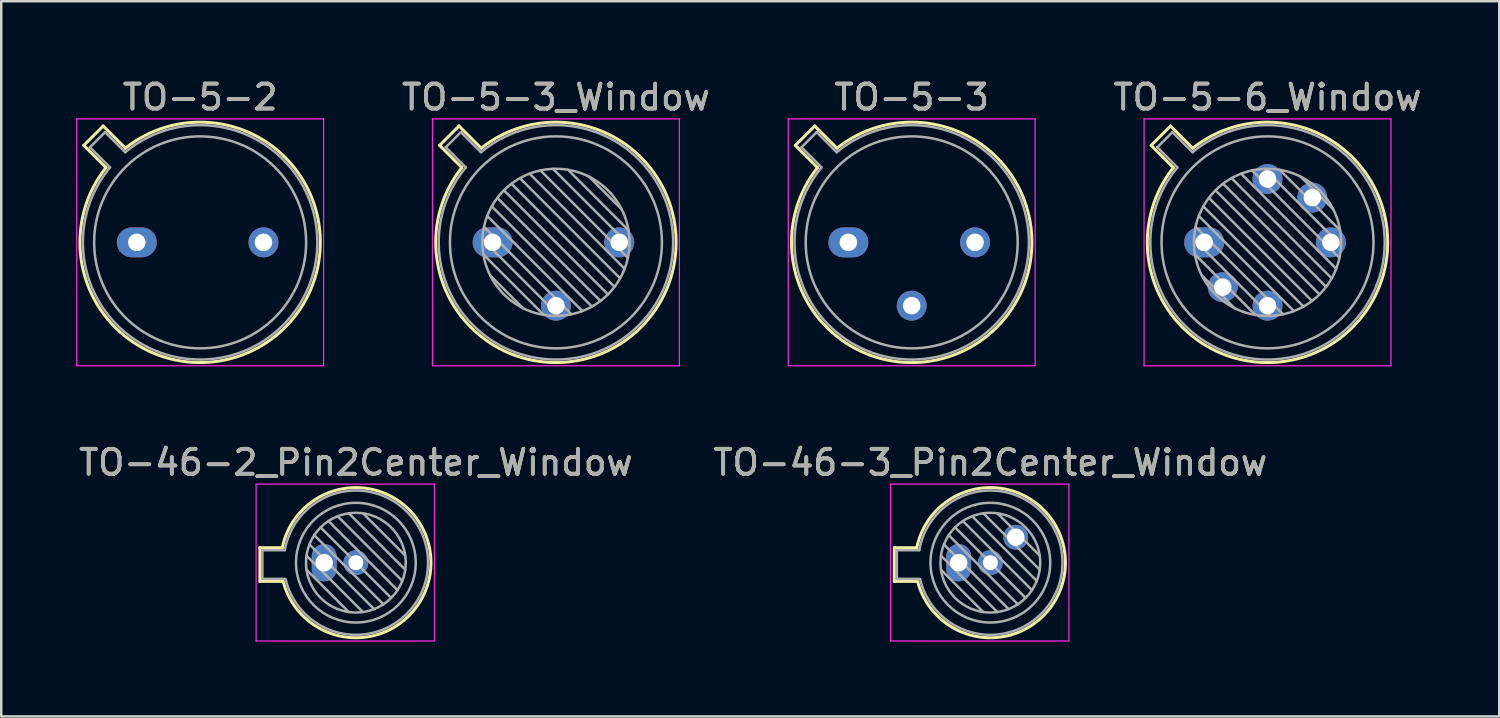
<source format=kicad_pcb>
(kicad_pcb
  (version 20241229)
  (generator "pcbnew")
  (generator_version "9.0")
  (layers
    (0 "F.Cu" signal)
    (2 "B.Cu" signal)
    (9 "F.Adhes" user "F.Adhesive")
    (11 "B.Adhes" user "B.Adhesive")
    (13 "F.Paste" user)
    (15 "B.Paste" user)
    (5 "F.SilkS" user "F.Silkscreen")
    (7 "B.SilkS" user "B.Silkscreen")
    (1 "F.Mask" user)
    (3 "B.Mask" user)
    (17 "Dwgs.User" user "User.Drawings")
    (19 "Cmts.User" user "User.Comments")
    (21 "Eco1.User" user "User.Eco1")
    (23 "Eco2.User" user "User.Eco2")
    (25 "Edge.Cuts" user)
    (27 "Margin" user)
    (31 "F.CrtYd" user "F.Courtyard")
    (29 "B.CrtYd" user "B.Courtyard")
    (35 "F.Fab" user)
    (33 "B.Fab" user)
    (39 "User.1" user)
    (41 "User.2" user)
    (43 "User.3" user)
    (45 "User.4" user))
  (footprint "TO-5-6_Window"
    (layer "F.Cu")
    (at 45.235 6.668)
    (property "Reference" "TO-5-6_Window" (at 2.54 -5.82 0) (layer "F.SilkS") (effects (font (size 1 1) (thickness 0.15))))
    (attr through_hole)
    (fp_line (start -2.126 -3.888) (end -1.235 -2.997) (stroke (width 0.12) (type solid)) (layer "F.SilkS"))
    (fp_line (start -1.348 -4.666) (end -2.126 -3.888) (stroke (width 0.12) (type solid)) (layer "F.SilkS"))
    (fp_line (start -0.457 -3.775) (end -1.348 -4.666) (stroke (width 0.12) (type solid)) (layer "F.SilkS"))
    (fp_arc (start -0.457084 -3.774902) (mid 5.948125 3.408384) (end -1.234674 -2.997371) (stroke (width 0.12) (type solid)) (layer "F.SilkS"))
    (fp_line (start -2.41 -4.95) (end -2.41 4.95) (stroke (width 0.05) (type solid)) (layer "F.CrtYd"))
    (fp_line (start -2.41 4.95) (end 7.49 4.95) (stroke (width 0.05) (type solid)) (layer "F.CrtYd"))
    (fp_line (start 7.49 -4.95) (end -2.41 -4.95) (stroke (width 0.05) (type solid)) (layer "F.CrtYd"))
    (fp_line (start 7.49 4.95) (end 7.49 -4.95) (stroke (width 0.05) (type solid)) (layer "F.CrtYd"))
    (fp_line (start -1.88 -3.812) (end -1.074 -3.005) (stroke (width 0.1) (type solid)) (layer "F.Fab"))
    (fp_line (start -1.272 -4.42) (end -1.88 -3.812) (stroke (width 0.1) (type solid)) (layer "F.Fab"))
    (fp_line (start -0.465 -3.614) (end -1.272 -4.42) (stroke (width 0.1) (type solid)) (layer "F.Fab"))
    (fp_line (start -0.408 -0.12) (end 2.66 2.948) (stroke (width 0.1) (type solid)) (layer "F.Fab"))
    (fp_line (start -0.371 0.485) (end 2.055 2.911) (stroke (width 0.1) (type solid)) (layer "F.Fab"))
    (fp_line (start -0.344 -0.622) (end 3.162 2.884) (stroke (width 0.1) (type solid)) (layer "F.Fab"))
    (fp_line (start -0.215 -1.058) (end 3.598 2.755) (stroke (width 0.1) (type solid)) (layer "F.Fab"))
    (fp_line (start -0.097 1.324) (end 1.216 2.637) (stroke (width 0.1) (type solid)) (layer "F.Fab"))
    (fp_line (start -0.034 -1.443) (end 3.983 2.574) (stroke (width 0.1) (type solid)) (layer "F.Fab"))
    (fp_line (start 0.19 -1.784) (end 4.324 2.35) (stroke (width 0.1) (type solid)) (layer "F.Fab"))
    (fp_line (start 0.454 -2.086) (end 4.626 2.086) (stroke (width 0.1) (type solid)) (layer "F.Fab"))
    (fp_line (start 0.756 -2.35) (end 4.89 1.784) (stroke (width 0.1) (type solid)) (layer "F.Fab"))
    (fp_line (start 1.097 -2.574) (end 5.114 1.443) (stroke (width 0.1) (type solid)) (layer "F.Fab"))
    (fp_line (start 1.482 -2.755) (end 5.295 1.058) (stroke (width 0.1) (type solid)) (layer "F.Fab"))
    (fp_line (start 1.918 -2.884) (end 5.424 0.622) (stroke (width 0.1) (type solid)) (layer "F.Fab"))
    (fp_line (start 2.42 -2.948) (end 5.488 0.12) (stroke (width 0.1) (type solid)) (layer "F.Fab"))
    (fp_line (start 3.025 -2.911) (end 5.451 -0.485) (stroke (width 0.1) (type solid)) (layer "F.Fab"))
    (fp_line (start 3.864 -2.637) (end 5.177 -1.324) (stroke (width 0.1) (type solid)) (layer "F.Fab"))
    (fp_arc (start -0.465408 -3.61352) (mid 5.863443 3.323361) (end -1.073594 -3.005319) (stroke (width 0.1) (type solid)) (layer "F.Fab"))
    (fp_circle (center 2.54 0) (end 5.49 0) (stroke (width 0.1) (type solid)) (fill no) (layer "F.Fab"))
    (fp_circle (center 2.54 0) (end 6.79 0) (stroke (width 0.1) (type solid)) (fill no) (layer "F.Fab"))
    (fp_text user "${REFERENCE}" (at 2.54 -5.82 0) (layer "F.Fab") (effects (font (size 1 1) (thickness 0.15))))
    (pad "1" thru_hole oval (at 0 0) (size 1.6 1.2) (drill 0.7) (layers "*.Cu" "*.Mask"))
    (pad "2" thru_hole oval (at 0.744 1.796) (size 1.2 1.2) (drill 0.7) (layers "*.Cu" "*.Mask"))
    (pad "3" thru_hole oval (at 2.54 2.54) (size 1.2 1.2) (drill 0.7) (layers "*.Cu" "*.Mask"))
    (pad "4" thru_hole oval (at 5.08 0) (size 1.2 1.2) (drill 0.7) (layers "*.Cu" "*.Mask"))
    (pad "5" thru_hole oval (at 4.336 -1.796) (size 1.2 1.2) (drill 0.7) (layers "*.Cu" "*.Mask"))
    (pad "6" thru_hole oval (at 2.54 -2.54) (size 1.2 1.2) (drill 0.7) (layers "*.Cu" "*.Mask")))
  (footprint "TO-5-3"
    (layer "F.Cu")
    (at 30.968 6.668)
    (property "Reference" "TO-5-3" (at 2.54 -5.82 0) (layer "F.SilkS") (effects (font (size 1 1) (thickness 0.15))))
    (attr through_hole)
    (fp_line (start -2.126 -3.888) (end -1.235 -2.997) (stroke (width 0.12) (type solid)) (layer "F.SilkS"))
    (fp_line (start -1.348 -4.666) (end -2.126 -3.888) (stroke (width 0.12) (type solid)) (layer "F.SilkS"))
    (fp_line (start -0.457 -3.775) (end -1.348 -4.666) (stroke (width 0.12) (type solid)) (layer "F.SilkS"))
    (fp_arc (start -0.457084 -3.774902) (mid 5.948125 3.408384) (end -1.234674 -2.997371) (stroke (width 0.12) (type solid)) (layer "F.SilkS"))
    (fp_line (start -2.41 -4.95) (end -2.41 4.95) (stroke (width 0.05) (type solid)) (layer "F.CrtYd"))
    (fp_line (start -2.41 4.95) (end 7.49 4.95) (stroke (width 0.05) (type solid)) (layer "F.CrtYd"))
    (fp_line (start 7.49 -4.95) (end -2.41 -4.95) (stroke (width 0.05) (type solid)) (layer "F.CrtYd"))
    (fp_line (start 7.49 4.95) (end 7.49 -4.95) (stroke (width 0.05) (type solid)) (layer "F.CrtYd"))
    (fp_line (start -1.88 -3.812) (end -1.074 -3.005) (stroke (width 0.1) (type solid)) (layer "F.Fab"))
    (fp_line (start -1.272 -4.42) (end -1.88 -3.812) (stroke (width 0.1) (type solid)) (layer "F.Fab"))
    (fp_line (start -0.465 -3.614) (end -1.272 -4.42) (stroke (width 0.1) (type solid)) (layer "F.Fab"))
    (fp_arc (start -0.465408 -3.61352) (mid 5.863443 3.323361) (end -1.073594 -3.005319) (stroke (width 0.1) (type solid)) (layer "F.Fab"))
    (fp_circle (center 2.54 0) (end 6.79 0) (stroke (width 0.1) (type solid)) (fill no) (layer "F.Fab"))
    (fp_text user "${REFERENCE}" (at 2.54 -5.82 0) (layer "F.Fab") (effects (font (size 1 1) (thickness 0.15))))
    (pad "1" thru_hole oval (at 0 0) (size 1.6 1.2) (drill 0.7) (layers "*.Cu" "*.Mask"))
    (pad "2" thru_hole oval (at 2.54 2.54) (size 1.2 1.2) (drill 0.7) (layers "*.Cu" "*.Mask"))
    (pad "3" thru_hole oval (at 5.08 0) (size 1.2 1.2) (drill 0.7) (layers "*.Cu" "*.Mask")))
  (footprint "TO-46-2_Pin2Center_Window"
    (layer "F.Cu")
    (at 9.95 19.512)
    (property "Reference" "TO-46-2_Pin2Center_Window" (at 1.27 -4.02 0) (layer "F.SilkS") (effects (font (size 1 1) (thickness 0.15))))
    (attr through_hole)
    (fp_line (start -2.58 -0.6) (end -2.58 0.75) (stroke (width 0.12) (type solid)) (layer "F.SilkS"))
    (fp_line (start -2.58 0.75) (end -1.68 0.75) (stroke (width 0.12) (type solid)) (layer "F.SilkS"))
    (fp_line (start -1.68 -0.6) (end -2.58 -0.6) (stroke (width 0.12) (type solid)) (layer "F.SilkS"))
    (fp_arc (start -1.68 -0.6) (mid 4.279362 -0.078983) (end -1.644465 0.753918) (stroke (width 0.12) (type solid)) (layer "F.SilkS"))
    (fp_line (start -2.73 -3.15) (end -2.73 3.14) (stroke (width 0.05) (type solid)) (layer "F.CrtYd"))
    (fp_line (start -2.73 -3.15) (end 4.42 -3.15) (stroke (width 0.05) (type solid)) (layer "F.CrtYd"))
    (fp_line (start 4.42 3.14) (end -2.73 3.14) (stroke (width 0.05) (type solid)) (layer "F.CrtYd"))
    (fp_line (start 4.42 3.14) (end 4.42 -3.15) (stroke (width 0.05) (type solid)) (layer "F.CrtYd"))
    (fp_line (start -2.48 -0.5) (end -2.48 0.65) (stroke (width 0.1) (type solid)) (layer "F.Fab"))
    (fp_line (start -2.48 0.65) (end -1.58 0.65) (stroke (width 0.1) (type solid)) (layer "F.Fab"))
    (fp_line (start -1.58 -0.5) (end -2.48 -0.5) (stroke (width 0.1) (type solid)) (layer "F.Fab"))
    (fp_line (start -0.71 -0.283) (end 1.553 1.98) (stroke (width 0.1) (type solid)) (layer "F.Fab"))
    (fp_line (start -0.71 0.283) (end 0.987 1.98) (stroke (width 0.1) (type solid)) (layer "F.Fab"))
    (fp_line (start -0.592 -0.731) (end 2.001 1.862) (stroke (width 0.1) (type solid)) (layer "F.Fab"))
    (fp_line (start -0.399 -1.103) (end 2.373 1.669) (stroke (width 0.1) (type solid)) (layer "F.Fab"))
    (fp_line (start -0.145 -1.415) (end 2.685 1.415) (stroke (width 0.1) (type solid)) (layer "F.Fab"))
    (fp_line (start 0.167 -1.669) (end 2.939 1.103) (stroke (width 0.1) (type solid)) (layer "F.Fab"))
    (fp_line (start 0.539 -1.862) (end 3.132 0.731) (stroke (width 0.1) (type solid)) (layer "F.Fab"))
    (fp_line (start 0.987 -1.98) (end 3.25 0.283) (stroke (width 0.1) (type solid)) (layer "F.Fab"))
    (fp_line (start 1.553 -1.98) (end 3.25 -0.283) (stroke (width 0.1) (type solid)) (layer "F.Fab"))
    (fp_arc (start -1.58 -0.5) (mid 4.1624 -0.08076) (end -1.54766 0.65825) (stroke (width 0.1) (type solid)) (layer "F.Fab"))
    (fp_circle (center 1.27 0) (end 3.27 0) (stroke (width 0.1) (type solid)) (fill no) (layer "F.Fab"))
    (fp_circle (center 1.27 0) (end 3.67 0) (stroke (width 0.1) (type solid)) (fill no) (layer "F.Fab"))
    (fp_text user "${REFERENCE}" (at 1.27 -4.02 0) (layer "F.Fab") (effects (font (size 1 1) (thickness 0.15))))
    (pad "1" thru_hole oval (at 0 0 90) (size 1.5 1) (drill 0.7) (layers "*.Cu" "*.Mask"))
    (pad "2" thru_hole oval (at 1.27 0) (size 1 1) (drill 0.6) (layers "*.Cu" "*.Mask")))
  (footprint "TO-5-2"
    (layer "F.Cu")
    (at 2.435 6.668)
    (property "Reference" "TO-5-2" (at 2.54 -5.82 0) (layer "F.SilkS") (effects (font (size 1 1) (thickness 0.15))))
    (attr through_hole)
    (fp_line (start -2.126 -3.888) (end -1.235 -2.997) (stroke (width 0.12) (type solid)) (layer "F.SilkS"))
    (fp_line (start -1.348 -4.666) (end -2.126 -3.888) (stroke (width 0.12) (type solid)) (layer "F.SilkS"))
    (fp_line (start -0.457 -3.775) (end -1.348 -4.666) (stroke (width 0.12) (type solid)) (layer "F.SilkS"))
    (fp_arc (start -0.457084 -3.774902) (mid 5.948125 3.408384) (end -1.234674 -2.997371) (stroke (width 0.12) (type solid)) (layer "F.SilkS"))
    (fp_line (start -2.41 -4.95) (end -2.41 4.95) (stroke (width 0.05) (type solid)) (layer "F.CrtYd"))
    (fp_line (start -2.41 4.95) (end 7.49 4.95) (stroke (width 0.05) (type solid)) (layer "F.CrtYd"))
    (fp_line (start 7.49 -4.95) (end -2.41 -4.95) (stroke (width 0.05) (type solid)) (layer "F.CrtYd"))
    (fp_line (start 7.49 4.95) (end 7.49 -4.95) (stroke (width 0.05) (type solid)) (layer "F.CrtYd"))
    (fp_line (start -1.88 -3.812) (end -1.074 -3.005) (stroke (width 0.1) (type solid)) (layer "F.Fab"))
    (fp_line (start -1.272 -4.42) (end -1.88 -3.812) (stroke (width 0.1) (type solid)) (layer "F.Fab"))
    (fp_line (start -0.465 -3.614) (end -1.272 -4.42) (stroke (width 0.1) (type solid)) (layer "F.Fab"))
    (fp_arc (start -0.465408 -3.61352) (mid 5.863443 3.323361) (end -1.073594 -3.005319) (stroke (width 0.1) (type solid)) (layer "F.Fab"))
    (fp_circle (center 2.54 0) (end 6.79 0) (stroke (width 0.1) (type solid)) (fill no) (layer "F.Fab"))
    (fp_text user "${REFERENCE}" (at 2.54 -5.82 0) (layer "F.Fab") (effects (font (size 1 1) (thickness 0.15))))
    (pad "1" thru_hole oval (at 0 0) (size 1.6 1.2) (drill 0.7) (layers "*.Cu" "*.Mask"))
    (pad "2" thru_hole oval (at 5.08 0) (size 1.2 1.2) (drill 0.7) (layers "*.Cu" "*.Mask")))
  (footprint "TO-46-3_Pin2Center_Window"
    (layer "F.Cu")
    (at 35.391 19.512)
    (property "Reference" "TO-46-3_Pin2Center_Window" (at 1.27 -4.02 0) (layer "F.SilkS") (effects (font (size 1 1) (thickness 0.15))))
    (attr through_hole)
    (fp_line (start -2.58 -0.6) (end -2.58 0.75) (stroke (width 0.12) (type solid)) (layer "F.SilkS"))
    (fp_line (start -2.58 0.75) (end -1.68 0.75) (stroke (width 0.12) (type solid)) (layer "F.SilkS"))
    (fp_line (start -1.68 -0.6) (end -2.58 -0.6) (stroke (width 0.12) (type solid)) (layer "F.SilkS"))
    (fp_arc (start -1.68 -0.6) (mid 4.279362 -0.078983) (end -1.644465 0.753918) (stroke (width 0.12) (type solid)) (layer "F.SilkS"))
    (fp_line (start -2.73 -3.15) (end -2.73 3.14) (stroke (width 0.05) (type solid)) (layer "F.CrtYd"))
    (fp_line (start -2.73 -3.15) (end 4.42 -3.15) (stroke (width 0.05) (type solid)) (layer "F.CrtYd"))
    (fp_line (start 4.42 3.14) (end -2.73 3.14) (stroke (width 0.05) (type solid)) (layer "F.CrtYd"))
    (fp_line (start 4.42 3.14) (end 4.42 -3.15) (stroke (width 0.05) (type solid)) (layer "F.CrtYd"))
    (fp_line (start -2.48 -0.5) (end -2.48 0.65) (stroke (width 0.1) (type solid)) (layer "F.Fab"))
    (fp_line (start -2.48 0.65) (end -1.58 0.65) (stroke (width 0.1) (type solid)) (layer "F.Fab"))
    (fp_line (start -1.58 -0.5) (end -2.48 -0.5) (stroke (width 0.1) (type solid)) (layer "F.Fab"))
    (fp_line (start -0.71 -0.283) (end 1.553 1.98) (stroke (width 0.1) (type solid)) (layer "F.Fab"))
    (fp_line (start -0.71 0.283) (end 0.987 1.98) (stroke (width 0.1) (type solid)) (layer "F.Fab"))
    (fp_line (start -0.592 -0.731) (end 2.001 1.862) (stroke (width 0.1) (type solid)) (layer "F.Fab"))
    (fp_line (start -0.399 -1.103) (end 2.373 1.669) (stroke (width 0.1) (type solid)) (layer "F.Fab"))
    (fp_line (start -0.145 -1.415) (end 2.685 1.415) (stroke (width 0.1) (type solid)) (layer "F.Fab"))
    (fp_line (start 0.167 -1.669) (end 2.939 1.103) (stroke (width 0.1) (type solid)) (layer "F.Fab"))
    (fp_line (start 0.539 -1.862) (end 3.132 0.731) (stroke (width 0.1) (type solid)) (layer "F.Fab"))
    (fp_line (start 0.987 -1.98) (end 3.25 0.283) (stroke (width 0.1) (type solid)) (layer "F.Fab"))
    (fp_line (start 1.553 -1.98) (end 3.25 -0.283) (stroke (width 0.1) (type solid)) (layer "F.Fab"))
    (fp_arc (start -1.58 -0.5) (mid 4.1624 -0.08076) (end -1.54766 0.65825) (stroke (width 0.1) (type solid)) (layer "F.Fab"))
    (fp_circle (center 1.27 0) (end 3.27 0) (stroke (width 0.1) (type solid)) (fill no) (layer "F.Fab"))
    (fp_circle (center 1.27 0) (end 3.67 0) (stroke (width 0.1) (type solid)) (fill no) (layer "F.Fab"))
    (fp_text user "${REFERENCE}" (at 1.27 -4.02 0) (layer "F.Fab") (effects (font (size 1 1) (thickness 0.15))))
    (pad "1" thru_hole oval (at 0 0 90) (size 1.5 1) (drill 0.7) (layers "*.Cu" "*.Mask"))
    (pad "2" thru_hole oval (at 1.27 0) (size 1 1) (drill 0.6) (layers "*.Cu" "*.Mask"))
    (pad "3" thru_hole oval (at 2.29 -1.02 90) (size 1 1) (drill 0.7) (layers "*.Cu" "*.Mask")))
  (footprint "TO-5-3_Window"
    (layer "F.Cu")
    (at 16.702 6.668)
    (property "Reference" "TO-5-3_Window" (at 2.54 -5.82 0) (layer "F.SilkS") (effects (font (size 1 1) (thickness 0.15))))
    (attr through_hole)
    (fp_line (start -2.126 -3.888) (end -1.235 -2.997) (stroke (width 0.12) (type solid)) (layer "F.SilkS"))
    (fp_line (start -1.348 -4.666) (end -2.126 -3.888) (stroke (width 0.12) (type solid)) (layer "F.SilkS"))
    (fp_line (start -0.457 -3.775) (end -1.348 -4.666) (stroke (width 0.12) (type solid)) (layer "F.SilkS"))
    (fp_arc (start -0.457084 -3.774902) (mid 5.948125 3.408384) (end -1.234674 -2.997371) (stroke (width 0.12) (type solid)) (layer "F.SilkS"))
    (fp_line (start -2.41 -4.95) (end -2.41 4.95) (stroke (width 0.05) (type solid)) (layer "F.CrtYd"))
    (fp_line (start -2.41 4.95) (end 7.49 4.95) (stroke (width 0.05) (type solid)) (layer "F.CrtYd"))
    (fp_line (start 7.49 -4.95) (end -2.41 -4.95) (stroke (width 0.05) (type solid)) (layer "F.CrtYd"))
    (fp_line (start 7.49 4.95) (end 7.49 -4.95) (stroke (width 0.05) (type solid)) (layer "F.CrtYd"))
    (fp_line (start -1.88 -3.812) (end -1.074 -3.005) (stroke (width 0.1) (type solid)) (layer "F.Fab"))
    (fp_line (start -1.272 -4.42) (end -1.88 -3.812) (stroke (width 0.1) (type solid)) (layer "F.Fab"))
    (fp_line (start -0.465 -3.614) (end -1.272 -4.42) (stroke (width 0.1) (type solid)) (layer "F.Fab"))
    (fp_line (start -0.408 -0.12) (end 2.66 2.948) (stroke (width 0.1) (type solid)) (layer "F.Fab"))
    (fp_line (start -0.371 0.485) (end 2.055 2.911) (stroke (width 0.1) (type solid)) (layer "F.Fab"))
    (fp_line (start -0.344 -0.622) (end 3.162 2.884) (stroke (width 0.1) (type solid)) (layer "F.Fab"))
    (fp_line (start -0.215 -1.058) (end 3.598 2.755) (stroke (width 0.1) (type solid)) (layer "F.Fab"))
    (fp_line (start -0.097 1.324) (end 1.216 2.637) (stroke (width 0.1) (type solid)) (layer "F.Fab"))
    (fp_line (start -0.034 -1.443) (end 3.983 2.574) (stroke (width 0.1) (type solid)) (layer "F.Fab"))
    (fp_line (start 0.19 -1.784) (end 4.324 2.35) (stroke (width 0.1) (type solid)) (layer "F.Fab"))
    (fp_line (start 0.454 -2.086) (end 4.626 2.086) (stroke (width 0.1) (type solid)) (layer "F.Fab"))
    (fp_line (start 0.756 -2.35) (end 4.89 1.784) (stroke (width 0.1) (type solid)) (layer "F.Fab"))
    (fp_line (start 1.097 -2.574) (end 5.114 1.443) (stroke (width 0.1) (type solid)) (layer "F.Fab"))
    (fp_line (start 1.482 -2.755) (end 5.295 1.058) (stroke (width 0.1) (type solid)) (layer "F.Fab"))
    (fp_line (start 1.918 -2.884) (end 5.424 0.622) (stroke (width 0.1) (type solid)) (layer "F.Fab"))
    (fp_line (start 2.42 -2.948) (end 5.488 0.12) (stroke (width 0.1) (type solid)) (layer "F.Fab"))
    (fp_line (start 3.025 -2.911) (end 5.451 -0.485) (stroke (width 0.1) (type solid)) (layer "F.Fab"))
    (fp_line (start 3.864 -2.637) (end 5.177 -1.324) (stroke (width 0.1) (type solid)) (layer "F.Fab"))
    (fp_arc (start -0.465408 -3.61352) (mid 5.863443 3.323361) (end -1.073594 -3.005319) (stroke (width 0.1) (type solid)) (layer "F.Fab"))
    (fp_circle (center 2.54 0) (end 5.49 0) (stroke (width 0.1) (type solid)) (fill no) (layer "F.Fab"))
    (fp_circle (center 2.54 0) (end 6.79 0) (stroke (width 0.1) (type solid)) (fill no) (layer "F.Fab"))
    (fp_text user "${REFERENCE}" (at 2.54 -5.82 0) (layer "F.Fab") (effects (font (size 1 1) (thickness 0.15))))
    (pad "1" thru_hole oval (at 0 0) (size 1.6 1.2) (drill 0.7) (layers "*.Cu" "*.Mask"))
    (pad "2" thru_hole oval (at 2.54 2.54) (size 1.2 1.2) (drill 0.7) (layers "*.Cu" "*.Mask"))
    (pad "3" thru_hole oval (at 5.08 0) (size 1.2 1.2) (drill 0.7) (layers "*.Cu" "*.Mask")))
  (gr_rect
    (start -3 -3)
    (end 57.067 25.677)
    (stroke (width 0.1) (type default))
    (fill no)
    (layer "Edge.Cuts")))
</source>
